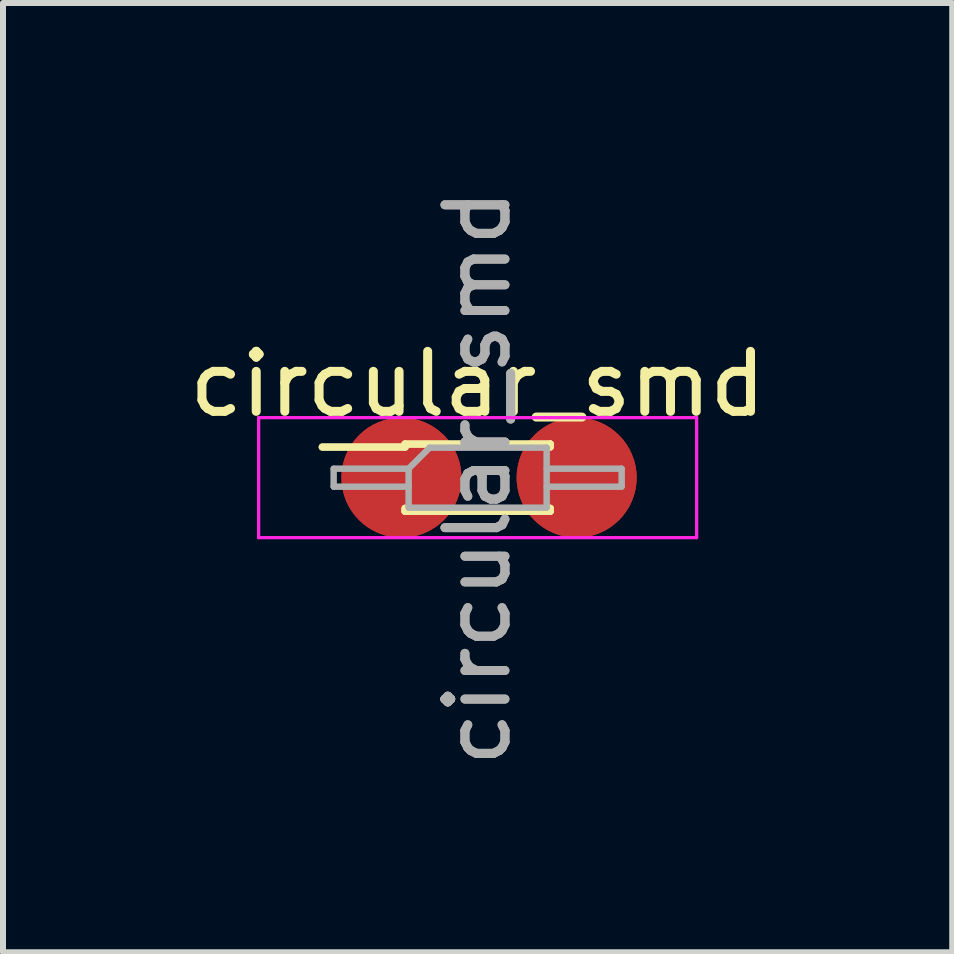
<source format=kicad_pcb>
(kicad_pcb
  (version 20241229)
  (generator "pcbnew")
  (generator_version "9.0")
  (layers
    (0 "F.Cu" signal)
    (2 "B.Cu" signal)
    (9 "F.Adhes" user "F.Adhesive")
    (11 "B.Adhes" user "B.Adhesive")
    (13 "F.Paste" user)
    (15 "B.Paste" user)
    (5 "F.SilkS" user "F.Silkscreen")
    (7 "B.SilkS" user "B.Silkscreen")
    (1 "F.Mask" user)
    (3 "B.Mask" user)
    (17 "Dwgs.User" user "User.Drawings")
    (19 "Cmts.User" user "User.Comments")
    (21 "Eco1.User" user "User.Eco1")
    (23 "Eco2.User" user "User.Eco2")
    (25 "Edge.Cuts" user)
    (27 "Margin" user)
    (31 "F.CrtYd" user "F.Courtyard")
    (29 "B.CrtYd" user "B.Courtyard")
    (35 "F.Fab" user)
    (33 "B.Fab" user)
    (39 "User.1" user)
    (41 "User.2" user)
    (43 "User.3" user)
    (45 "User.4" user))
  (footprint "circular_smd"
    (layer "F.Cu")
    (at 4.911 4.911)
    (property "Reference" "circular_smd" (at 0 -1.56 0) (layer "F.SilkS") (effects (font (size 1 1) (thickness 0.15))))
    (attr smd)
    (fp_line (start -2.59 -0.51) (end -1.21 -0.51) (stroke (width 0.12) (type solid)) (layer "F.SilkS"))
    (fp_line (start -2.59 -0.51) (end -1.21 -0.51) (stroke (width 0.12) (type solid)) (layer "F.SilkS"))
    (fp_line (start -1.21 -0.56) (end -1.21 -0.51) (stroke (width 0.12) (type solid)) (layer "F.SilkS"))
    (fp_line (start -1.21 -0.56) (end -1.21 -0.51) (stroke (width 0.12) (type solid)) (layer "F.SilkS"))
    (fp_line (start -1.21 -0.56) (end 1.21 -0.56) (stroke (width 0.12) (type solid)) (layer "F.SilkS"))
    (fp_line (start -1.21 -0.56) (end 1.21 -0.56) (stroke (width 0.12) (type solid)) (layer "F.SilkS"))
    (fp_line (start -1.21 0.51) (end -1.21 0.56) (stroke (width 0.12) (type solid)) (layer "F.SilkS"))
    (fp_line (start -1.21 0.51) (end -1.21 0.56) (stroke (width 0.12) (type solid)) (layer "F.SilkS"))
    (fp_line (start -1.21 0.56) (end 1.21 0.56) (stroke (width 0.12) (type solid)) (layer "F.SilkS"))
    (fp_line (start -1.21 0.56) (end 1.21 0.56) (stroke (width 0.12) (type solid)) (layer "F.SilkS"))
    (fp_line (start 1.21 -0.56) (end 1.21 -0.51) (stroke (width 0.12) (type solid)) (layer "F.SilkS"))
    (fp_line (start 1.21 -0.56) (end 1.21 -0.51) (stroke (width 0.12) (type solid)) (layer "F.SilkS"))
    (fp_line (start 1.21 0.51) (end 1.21 0.56) (stroke (width 0.12) (type solid)) (layer "F.SilkS"))
    (fp_line (start 1.21 0.51) (end 1.21 0.56) (stroke (width 0.12) (type solid)) (layer "F.SilkS"))
    (fp_line (start -3.65 -1) (end -3.65 1) (stroke (width 0.05) (type solid)) (layer "F.CrtYd"))
    (fp_line (start -3.65 -1) (end -3.65 1) (stroke (width 0.05) (type solid)) (layer "F.CrtYd"))
    (fp_line (start -3.65 1) (end 3.65 1) (stroke (width 0.05) (type solid)) (layer "F.CrtYd"))
    (fp_line (start -3.65 1) (end 3.65 1) (stroke (width 0.05) (type solid)) (layer "F.CrtYd"))
    (fp_line (start 3.65 -1) (end -3.65 -1) (stroke (width 0.05) (type solid)) (layer "F.CrtYd"))
    (fp_line (start 3.65 -1) (end -3.65 -1) (stroke (width 0.05) (type solid)) (layer "F.CrtYd"))
    (fp_line (start 3.65 1) (end 3.65 -1) (stroke (width 0.05) (type solid)) (layer "F.CrtYd"))
    (fp_line (start 3.65 1) (end 3.65 -1) (stroke (width 0.05) (type solid)) (layer "F.CrtYd"))
    (fp_line (start -2.4 -0.15) (end -2.4 0.15) (stroke (width 0.1) (type solid)) (layer "F.Fab"))
    (fp_line (start -2.4 -0.15) (end -2.4 0.15) (stroke (width 0.1) (type solid)) (layer "F.Fab"))
    (fp_line (start -2.4 0.15) (end -1.15 0.15) (stroke (width 0.1) (type solid)) (layer "F.Fab"))
    (fp_line (start -2.4 0.15) (end -1.15 0.15) (stroke (width 0.1) (type solid)) (layer "F.Fab"))
    (fp_line (start -1.15 -0.15) (end -2.4 -0.15) (stroke (width 0.1) (type solid)) (layer "F.Fab"))
    (fp_line (start -1.15 -0.15) (end -2.4 -0.15) (stroke (width 0.1) (type solid)) (layer "F.Fab"))
    (fp_line (start -1.15 -0.15) (end -0.8 -0.5) (stroke (width 0.1) (type solid)) (layer "F.Fab"))
    (fp_line (start -1.15 -0.15) (end -0.8 -0.5) (stroke (width 0.1) (type solid)) (layer "F.Fab"))
    (fp_line (start -1.15 0.5) (end -1.15 -0.15) (stroke (width 0.1) (type solid)) (layer "F.Fab"))
    (fp_line (start -1.15 0.5) (end -1.15 -0.15) (stroke (width 0.1) (type solid)) (layer "F.Fab"))
    (fp_line (start -0.8 -0.5) (end 1.15 -0.5) (stroke (width 0.1) (type solid)) (layer "F.Fab"))
    (fp_line (start -0.8 -0.5) (end 1.15 -0.5) (stroke (width 0.1) (type solid)) (layer "F.Fab"))
    (fp_line (start 1.15 -0.5) (end 1.15 0.5) (stroke (width 0.1) (type solid)) (layer "F.Fab"))
    (fp_line (start 1.15 -0.5) (end 1.15 0.5) (stroke (width 0.1) (type solid)) (layer "F.Fab"))
    (fp_line (start 1.15 -0.15) (end 2.4 -0.15) (stroke (width 0.1) (type solid)) (layer "F.Fab"))
    (fp_line (start 1.15 -0.15) (end 2.4 -0.15) (stroke (width 0.1) (type solid)) (layer "F.Fab"))
    (fp_line (start 1.15 0.5) (end -1.15 0.5) (stroke (width 0.1) (type solid)) (layer "F.Fab"))
    (fp_line (start 1.15 0.5) (end -1.15 0.5) (stroke (width 0.1) (type solid)) (layer "F.Fab"))
    (fp_line (start 2.4 -0.15) (end 2.4 0.15) (stroke (width 0.1) (type solid)) (layer "F.Fab"))
    (fp_line (start 2.4 -0.15) (end 2.4 0.15) (stroke (width 0.1) (type solid)) (layer "F.Fab"))
    (fp_line (start 2.4 0.15) (end 1.15 0.15) (stroke (width 0.1) (type solid)) (layer "F.Fab"))
    (fp_line (start 2.4 0.15) (end 1.15 0.15) (stroke (width 0.1) (type solid)) (layer "F.Fab"))
    (fp_text user "${REFERENCE}" (at 0 0 90) (layer "F.Fab") (effects (font (size 1 1) (thickness 0.15))))
    (fp_text user "${REFERENCE}" (at 0 0 90) (layer "F.Fab") (effects (font (size 1 1) (thickness 0.15))))
    (pad "1" smd circle (at -1.27 0) (size 2 2) (layers "F.Cu" "F.Mask" "F.Paste"))
    (pad "1" smd circle (at -1.27 0) (size 2 2) (layers "F.Cu" "F.Mask" "F.Paste"))
    (pad "2" smd circle (at 1.65 0) (size 2 2) (layers "F.Cu" "F.Mask" "F.Paste"))
    (pad "2" smd circle (at 1.65 0) (size 2 2) (layers "F.Cu" "F.Mask" "F.Paste")))
  (gr_rect
    (start -3 -3)
    (end 12.821 12.821)
    (stroke (width 0.1) (type default))
    (fill no)
    (layer "Edge.Cuts")))
</source>
